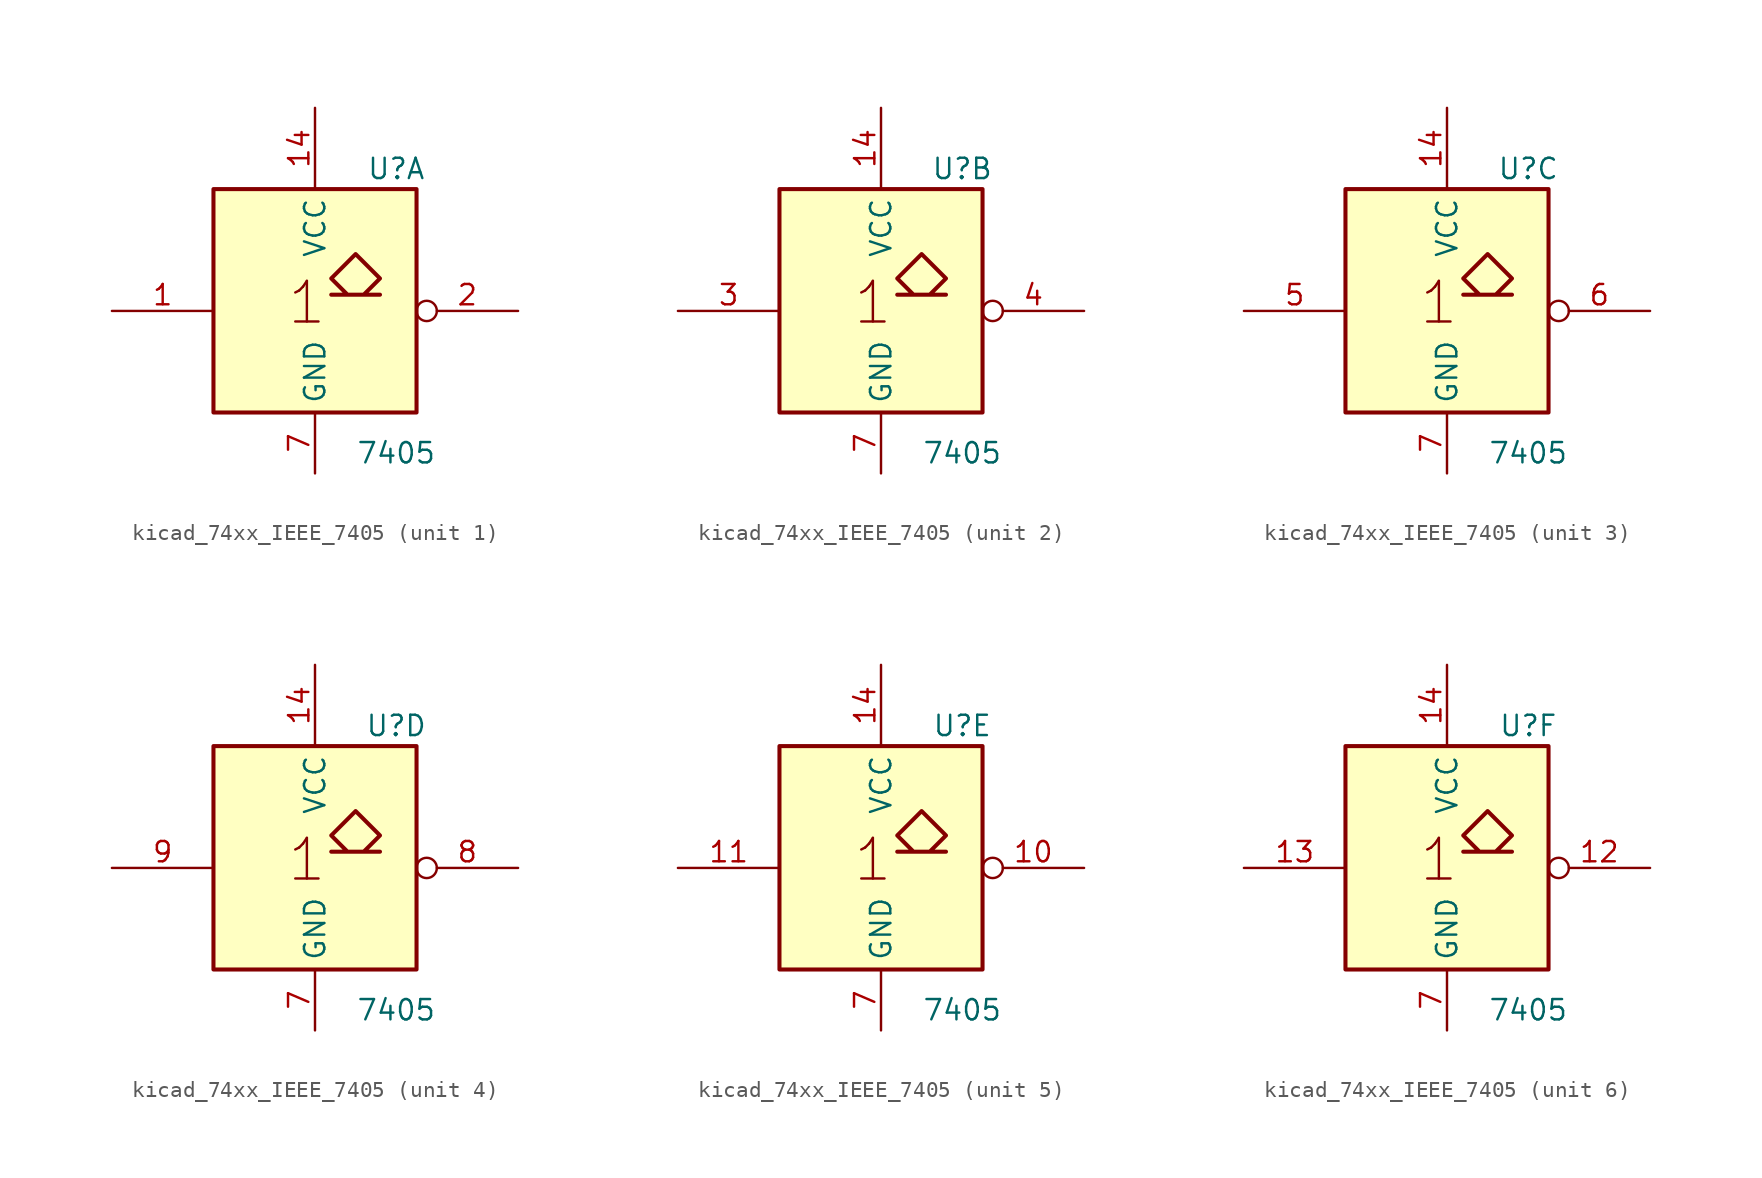
<source format=kicad_sym>
(kicad_symbol_lib
  (version 20220914)
  (generator kicad_symbol_editor)
  (symbol "kicad_74xx_IEEE_7405"
    (property "Reference" "U"
      (at 5.08 8.89 0)
      (effects (font (size 1.27 1.27))))
    (property "Value" "7405"
      (at 5.08 -8.89 0)
      (effects (font (size 1.27 1.27))))
    (symbol "kicad_74xx_IEEE_7405_0_0"
      (text "1" (at -0.508 0.508 0) (effects (font (size 2.54 2.54)))))
    (symbol "kicad_74xx_IEEE_7405_0_1"
      (rectangle (start -6.35 7.62) (end 6.35 -6.35) (stroke (width 0.254) (type default)) (fill (type background)))
      (polyline (pts (xy 3.048 1.016) (xy 4.064 2.032) (xy 2.54 3.556) (xy 1.016 2.032) (xy 2.032 1.016) (xy 1.016 1.016) (xy 4.064 1.016) (xy 4.064 1.016)) (stroke (width 0.254) (type default)) (fill (type background)))
      (pin power_in line (at 0 12.7 270) (length 5.08) (name "VCC" (effects (font (size 1.27 1.27)))) (number "14" (effects (font (size 1.27 1.27)))))
      (pin power_in line (at 0 -10.16 90) (length 3.81) (name "GND" (effects (font (size 1.27 1.27)))) (number "7" (effects (font (size 1.27 1.27))))))
    (symbol "kicad_74xx_IEEE_7405_1_1"
      (pin input line (at -12.7 0 0) (length 6.35) (name "~" (effects (font (size 1.27 1.27)))) (number "1" (effects (font (size 1.27 1.27)))))
      (pin open_collector inverted (at 12.7 0 180) (length 6.35) (name "~" (effects (font (size 1.27 1.27)))) (number "2" (effects (font (size 1.27 1.27))))))
    (symbol "kicad_74xx_IEEE_7405_2_1"
      (pin input line (at -12.7 0 0) (length 6.35) (name "~" (effects (font (size 1.27 1.27)))) (number "3" (effects (font (size 1.27 1.27)))))
      (pin open_collector inverted (at 12.7 0 180) (length 6.35) (name "~" (effects (font (size 1.27 1.27)))) (number "4" (effects (font (size 1.27 1.27))))))
    (symbol "kicad_74xx_IEEE_7405_3_1"
      (pin input line (at -12.7 0 0) (length 6.35) (name "~" (effects (font (size 1.27 1.27)))) (number "5" (effects (font (size 1.27 1.27)))))
      (pin open_collector inverted (at 12.7 0 180) (length 6.35) (name "~" (effects (font (size 1.27 1.27)))) (number "6" (effects (font (size 1.27 1.27))))))
    (symbol "kicad_74xx_IEEE_7405_4_1"
      (pin open_collector inverted (at 12.7 0 180) (length 6.35) (name "~" (effects (font (size 1.27 1.27)))) (number "8" (effects (font (size 1.27 1.27)))))
      (pin input line (at -12.7 0 0) (length 6.35) (name "~" (effects (font (size 1.27 1.27)))) (number "9" (effects (font (size 1.27 1.27))))))
    (symbol "kicad_74xx_IEEE_7405_5_1"
      (pin open_collector inverted (at 12.7 0 180) (length 6.35) (name "~" (effects (font (size 1.27 1.27)))) (number "10" (effects (font (size 1.27 1.27)))))
      (pin input line (at -12.7 0 0) (length 6.35) (name "~" (effects (font (size 1.27 1.27)))) (number "11" (effects (font (size 1.27 1.27))))))
    (symbol "kicad_74xx_IEEE_7405_6_1"
      (pin open_collector inverted (at 12.7 0 180) (length 6.35) (name "~" (effects (font (size 1.27 1.27)))) (number "12" (effects (font (size 1.27 1.27)))))
      (pin input line (at -12.7 0 0) (length 6.35) (name "~" (effects (font (size 1.27 1.27)))) (number "13" (effects (font (size 1.27 1.27))))))))
</source>
